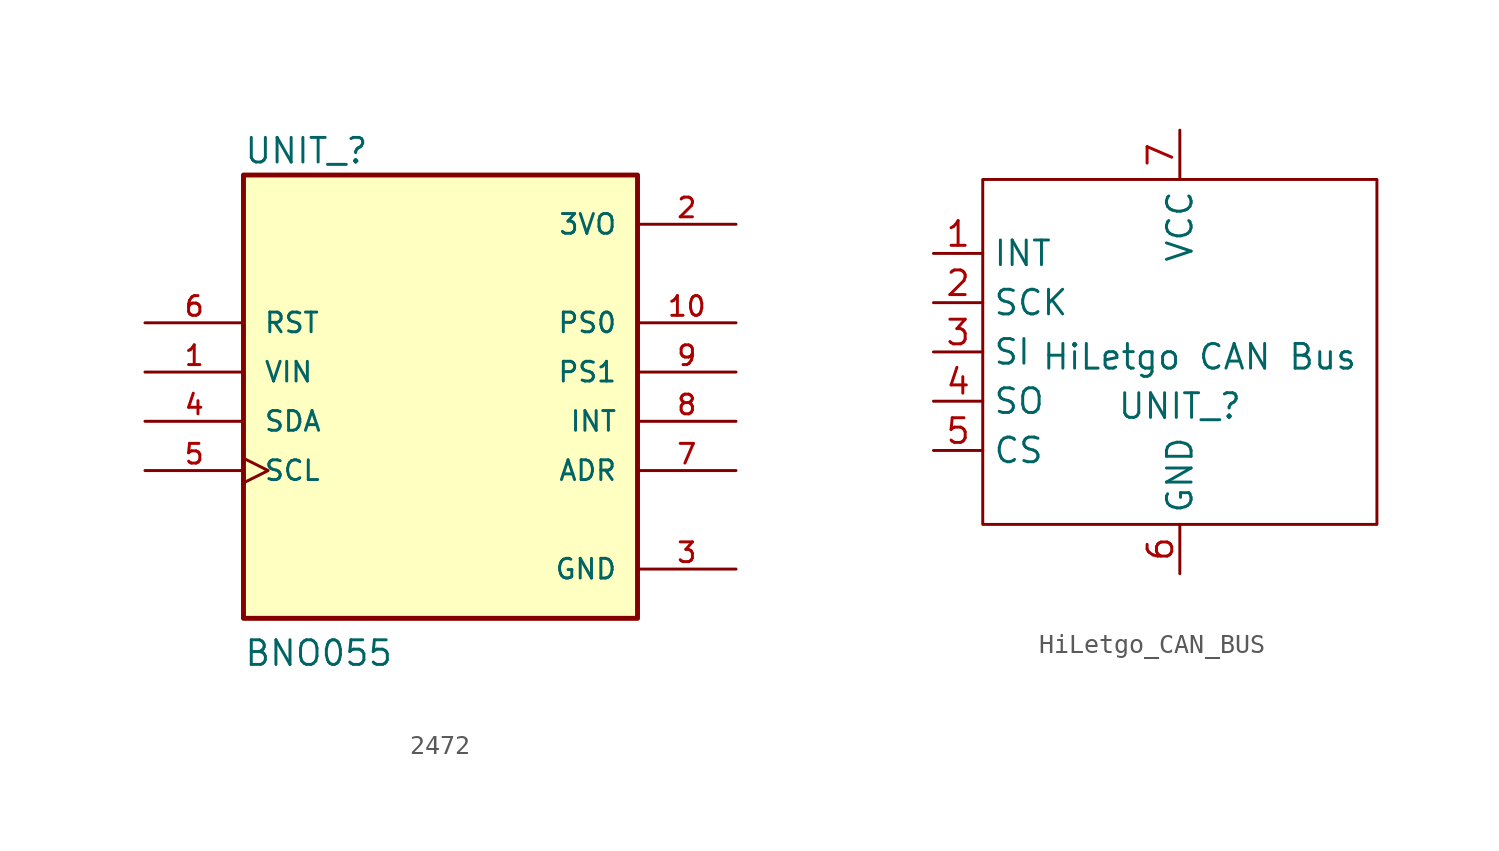
<source format=kicad_sym>
(kicad_symbol_lib
  (version 20231120)
  (generator "kicad_symbol_editor")
  (generator_version "8.0")
  (symbol "2472"
    (pin_names
      (offset 1.016))
    (property "Reference" "UNIT_"
      (at -10.16 13.208 0)
      (effects (font (size 1.27 1.27)) (justify left bottom)))
    (property "Value" "BNO055"
      (at -10.16 -12.7 0)
      (effects (font (size 1.27 1.27)) (justify left bottom)))
    (symbol "2472_0_0"
      (rectangle (start -10.16 12.7) (end 10.16 -10.16) (stroke (width 0.254) (type default)) (fill (type background)))
      (pin input line (at -15.24 2.54 0) (length 5.08) (name "VIN" (effects (font (size 1.016 1.016)))) (number "1" (effects (font (size 1.016 1.016)))))
      (pin bidirectional line (at 15.24 5.08 180) (length 5.08) (name "PS0" (effects (font (size 1.016 1.016)))) (number "10" (effects (font (size 1.016 1.016)))))
      (pin power_in line (at 15.24 10.16 180) (length 5.08) (name "3VO" (effects (font (size 1.016 1.016)))) (number "2" (effects (font (size 1.016 1.016)))))
      (pin power_in line (at 15.24 -7.62 180) (length 5.08) (name "GND" (effects (font (size 1.016 1.016)))) (number "3" (effects (font (size 1.016 1.016)))))
      (pin bidirectional line (at -15.24 0 0) (length 5.08) (name "SDA" (effects (font (size 1.016 1.016)))) (number "4" (effects (font (size 1.016 1.016)))))
      (pin input clock (at -15.24 -2.54 0) (length 5.08) (name "SCL" (effects (font (size 1.016 1.016)))) (number "5" (effects (font (size 1.016 1.016)))))
      (pin input line (at -15.24 5.08 0) (length 5.08) (name "RST" (effects (font (size 1.016 1.016)))) (number "6" (effects (font (size 1.016 1.016)))))
      (pin passive line (at 15.24 -2.54 180) (length 5.08) (name "ADR" (effects (font (size 1.016 1.016)))) (number "7" (effects (font (size 1.016 1.016)))))
      (pin output line (at 15.24 0 180) (length 5.08) (name "INT" (effects (font (size 1.016 1.016)))) (number "8" (effects (font (size 1.016 1.016)))))
      (pin bidirectional line (at 15.24 2.54 180) (length 5.08) (name "PS1" (effects (font (size 1.016 1.016)))) (number "9" (effects (font (size 1.016 1.016)))))))
  (symbol "HiLetgo_CAN_BUS"
    (property "Reference" "UNIT_"
      (at 0 -4.064 0)
      (effects (font (size 1.27 1.27))))
    (property "Value" "HiLetgo CAN Bus"
      (at 1.016 -1.524 0)
      (effects (font (size 1.27 1.27))))
    (symbol "HiLetgo_CAN_BUS_0_1"
      (rectangle (start -10.16 7.62) (end 10.16 -10.16) (stroke (width 0) (type default)) (fill (type none))))
    (symbol "HiLetgo_CAN_BUS_1_1"
      (pin input line (at -12.7 3.81 0) (length 2.54) (name "INT" (effects (font (size 1.27 1.27)))) (number "1" (effects (font (size 1.27 1.27)))))
      (pin input line (at -12.7 1.27 0) (length 2.54) (name "SCK" (effects (font (size 1.27 1.27)))) (number "2" (effects (font (size 1.27 1.27)))))
      (pin input line (at -12.7 -1.27 0) (length 2.54) (name "SI" (effects (font (size 1.27 1.27)))) (number "3" (effects (font (size 1.27 1.27)))))
      (pin input line (at -12.7 -3.81 0) (length 2.54) (name "SO" (effects (font (size 1.27 1.27)))) (number "4" (effects (font (size 1.27 1.27)))))
      (pin input line (at -12.7 -6.35 0) (length 2.54) (name "CS" (effects (font (size 1.27 1.27)))) (number "5" (effects (font (size 1.27 1.27)))))
      (pin input line (at 0 -12.7 90) (length 2.54) (name "GND" (effects (font (size 1.27 1.27)))) (number "6" (effects (font (size 1.27 1.27)))))
      (pin input line (at 0 10.16 270) (length 2.54) (name "VCC" (effects (font (size 1.27 1.27)))) (number "7" (effects (font (size 1.27 1.27))))))))
</source>
